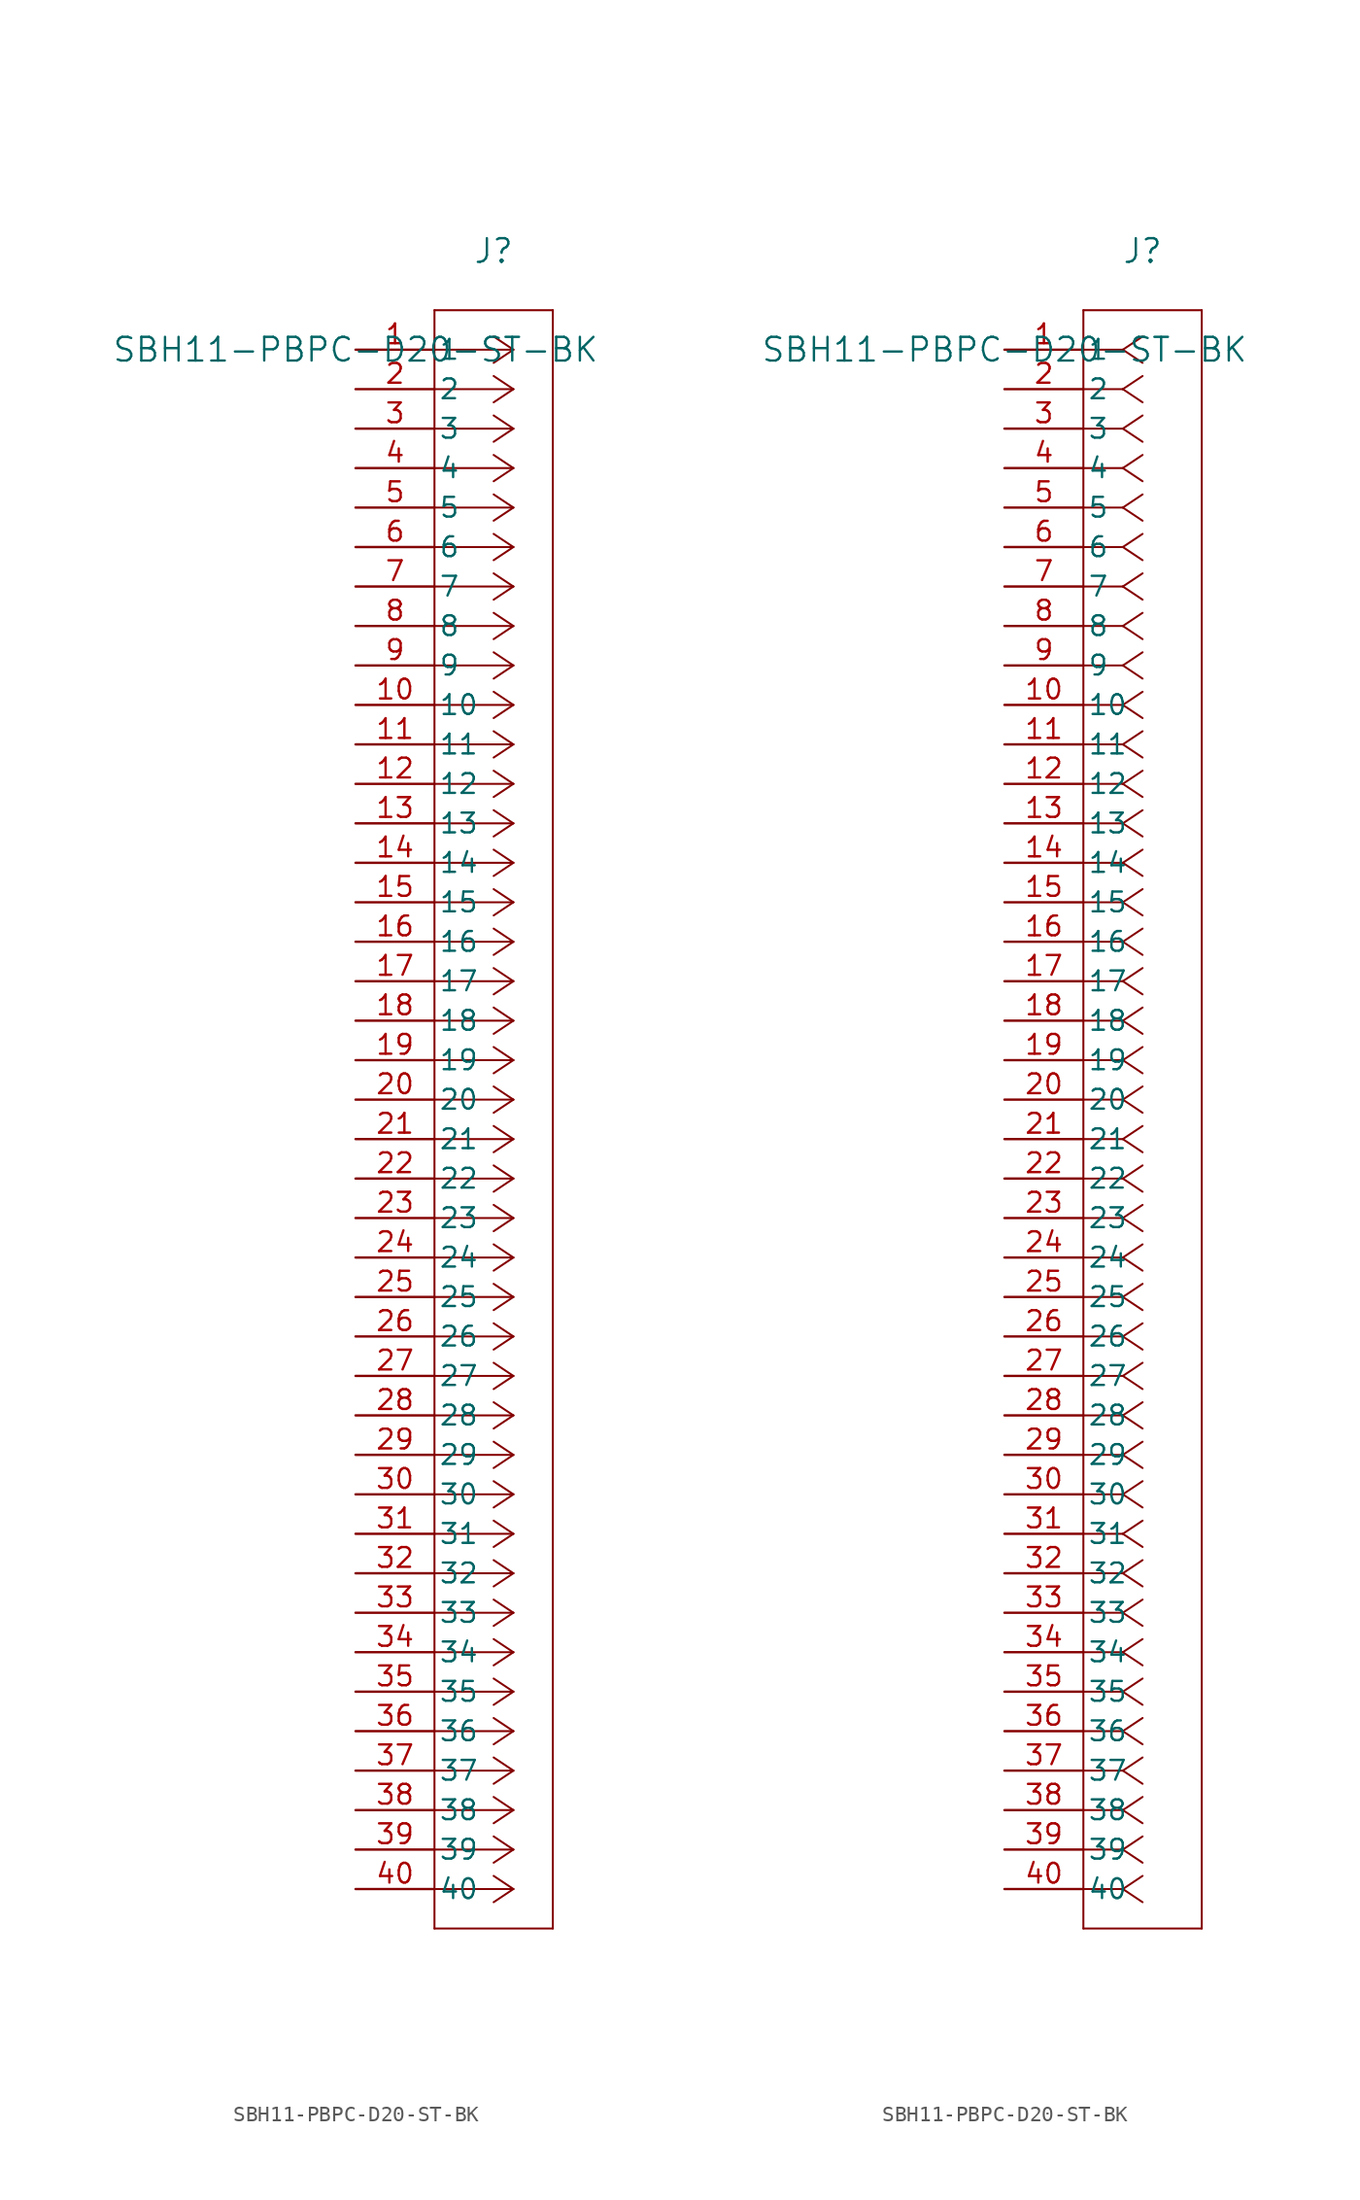
<source format=kicad_sym>
(kicad_symbol_lib
  (version 20211014)
  (generator kicad_symbol_editor)
  (symbol "SBH11-PBPC-D20-ST-BK"
    (pin_names
      (offset 0.254))
    (property "Reference" "J"
      (at 8.89 6.35 0)
      (effects (font (size 1.524 1.524))))
    (property "Value" "SBH11-PBPC-D20-ST-BK"
      (at 0 0 0)
      (effects (font (size 1.524 1.524))))
    (symbol "SBH11-PBPC-D20-ST-BK_1_1"
      (polyline (pts (xy 10.16 0) (xy 5.08 0)) (stroke (width 0.127) (type default) (color 0 0 0 0)) (fill (type none)))
      (polyline (pts (xy 10.16 -2.54) (xy 5.08 -2.54)) (stroke (width 0.127) (type default) (color 0 0 0 0)) (fill (type none)))
      (polyline (pts (xy 10.16 -5.08) (xy 5.08 -5.08)) (stroke (width 0.127) (type default) (color 0 0 0 0)) (fill (type none)))
      (polyline (pts (xy 10.16 -7.62) (xy 5.08 -7.62)) (stroke (width 0.127) (type default) (color 0 0 0 0)) (fill (type none)))
      (polyline (pts (xy 10.16 -10.16) (xy 5.08 -10.16)) (stroke (width 0.127) (type default) (color 0 0 0 0)) (fill (type none)))
      (polyline (pts (xy 10.16 -12.7) (xy 5.08 -12.7)) (stroke (width 0.127) (type default) (color 0 0 0 0)) (fill (type none)))
      (polyline (pts (xy 10.16 -15.24) (xy 5.08 -15.24)) (stroke (width 0.127) (type default) (color 0 0 0 0)) (fill (type none)))
      (polyline (pts (xy 10.16 -17.78) (xy 5.08 -17.78)) (stroke (width 0.127) (type default) (color 0 0 0 0)) (fill (type none)))
      (polyline (pts (xy 10.16 -20.32) (xy 5.08 -20.32)) (stroke (width 0.127) (type default) (color 0 0 0 0)) (fill (type none)))
      (polyline (pts (xy 10.16 -22.86) (xy 5.08 -22.86)) (stroke (width 0.127) (type default) (color 0 0 0 0)) (fill (type none)))
      (polyline (pts (xy 10.16 -25.4) (xy 5.08 -25.4)) (stroke (width 0.127) (type default) (color 0 0 0 0)) (fill (type none)))
      (polyline (pts (xy 10.16 -27.94) (xy 5.08 -27.94)) (stroke (width 0.127) (type default) (color 0 0 0 0)) (fill (type none)))
      (polyline (pts (xy 10.16 -30.48) (xy 5.08 -30.48)) (stroke (width 0.127) (type default) (color 0 0 0 0)) (fill (type none)))
      (polyline (pts (xy 10.16 -33.02) (xy 5.08 -33.02)) (stroke (width 0.127) (type default) (color 0 0 0 0)) (fill (type none)))
      (polyline (pts (xy 10.16 -35.56) (xy 5.08 -35.56)) (stroke (width 0.127) (type default) (color 0 0 0 0)) (fill (type none)))
      (polyline (pts (xy 10.16 -38.1) (xy 5.08 -38.1)) (stroke (width 0.127) (type default) (color 0 0 0 0)) (fill (type none)))
      (polyline (pts (xy 10.16 -40.64) (xy 5.08 -40.64)) (stroke (width 0.127) (type default) (color 0 0 0 0)) (fill (type none)))
      (polyline (pts (xy 10.16 -43.18) (xy 5.08 -43.18)) (stroke (width 0.127) (type default) (color 0 0 0 0)) (fill (type none)))
      (polyline (pts (xy 10.16 -45.72) (xy 5.08 -45.72)) (stroke (width 0.127) (type default) (color 0 0 0 0)) (fill (type none)))
      (polyline (pts (xy 10.16 -48.26) (xy 5.08 -48.26)) (stroke (width 0.127) (type default) (color 0 0 0 0)) (fill (type none)))
      (polyline (pts (xy 10.16 -50.8) (xy 5.08 -50.8)) (stroke (width 0.127) (type default) (color 0 0 0 0)) (fill (type none)))
      (polyline (pts (xy 10.16 -53.34) (xy 5.08 -53.34)) (stroke (width 0.127) (type default) (color 0 0 0 0)) (fill (type none)))
      (polyline (pts (xy 10.16 -55.88) (xy 5.08 -55.88)) (stroke (width 0.127) (type default) (color 0 0 0 0)) (fill (type none)))
      (polyline (pts (xy 10.16 -58.42) (xy 5.08 -58.42)) (stroke (width 0.127) (type default) (color 0 0 0 0)) (fill (type none)))
      (polyline (pts (xy 10.16 -60.96) (xy 5.08 -60.96)) (stroke (width 0.127) (type default) (color 0 0 0 0)) (fill (type none)))
      (polyline (pts (xy 10.16 -63.5) (xy 5.08 -63.5)) (stroke (width 0.127) (type default) (color 0 0 0 0)) (fill (type none)))
      (polyline (pts (xy 10.16 -66.04) (xy 5.08 -66.04)) (stroke (width 0.127) (type default) (color 0 0 0 0)) (fill (type none)))
      (polyline (pts (xy 10.16 -68.58) (xy 5.08 -68.58)) (stroke (width 0.127) (type default) (color 0 0 0 0)) (fill (type none)))
      (polyline (pts (xy 10.16 -71.12) (xy 5.08 -71.12)) (stroke (width 0.127) (type default) (color 0 0 0 0)) (fill (type none)))
      (polyline (pts (xy 10.16 -73.66) (xy 5.08 -73.66)) (stroke (width 0.127) (type default) (color 0 0 0 0)) (fill (type none)))
      (polyline (pts (xy 10.16 -76.2) (xy 5.08 -76.2)) (stroke (width 0.127) (type default) (color 0 0 0 0)) (fill (type none)))
      (polyline (pts (xy 10.16 -78.74) (xy 5.08 -78.74)) (stroke (width 0.127) (type default) (color 0 0 0 0)) (fill (type none)))
      (polyline (pts (xy 10.16 -81.28) (xy 5.08 -81.28)) (stroke (width 0.127) (type default) (color 0 0 0 0)) (fill (type none)))
      (polyline (pts (xy 10.16 -83.82) (xy 5.08 -83.82)) (stroke (width 0.127) (type default) (color 0 0 0 0)) (fill (type none)))
      (polyline (pts (xy 10.16 -86.36) (xy 5.08 -86.36)) (stroke (width 0.127) (type default) (color 0 0 0 0)) (fill (type none)))
      (polyline (pts (xy 10.16 -88.9) (xy 5.08 -88.9)) (stroke (width 0.127) (type default) (color 0 0 0 0)) (fill (type none)))
      (polyline (pts (xy 10.16 -91.44) (xy 5.08 -91.44)) (stroke (width 0.127) (type default) (color 0 0 0 0)) (fill (type none)))
      (polyline (pts (xy 10.16 -93.98) (xy 5.08 -93.98)) (stroke (width 0.127) (type default) (color 0 0 0 0)) (fill (type none)))
      (polyline (pts (xy 10.16 -96.52) (xy 5.08 -96.52)) (stroke (width 0.127) (type default) (color 0 0 0 0)) (fill (type none)))
      (polyline (pts (xy 10.16 -99.06) (xy 5.08 -99.06)) (stroke (width 0.127) (type default) (color 0 0 0 0)) (fill (type none)))
      (polyline (pts (xy 10.16 0) (xy 8.89 0.847)) (stroke (width 0.127) (type default) (color 0 0 0 0)) (fill (type none)))
      (polyline (pts (xy 10.16 -2.54) (xy 8.89 -1.693)) (stroke (width 0.127) (type default) (color 0 0 0 0)) (fill (type none)))
      (polyline (pts (xy 10.16 -5.08) (xy 8.89 -4.233)) (stroke (width 0.127) (type default) (color 0 0 0 0)) (fill (type none)))
      (polyline (pts (xy 10.16 -7.62) (xy 8.89 -6.773)) (stroke (width 0.127) (type default) (color 0 0 0 0)) (fill (type none)))
      (polyline (pts (xy 10.16 -10.16) (xy 8.89 -9.313)) (stroke (width 0.127) (type default) (color 0 0 0 0)) (fill (type none)))
      (polyline (pts (xy 10.16 -12.7) (xy 8.89 -11.853)) (stroke (width 0.127) (type default) (color 0 0 0 0)) (fill (type none)))
      (polyline (pts (xy 10.16 -15.24) (xy 8.89 -14.393)) (stroke (width 0.127) (type default) (color 0 0 0 0)) (fill (type none)))
      (polyline (pts (xy 10.16 -17.78) (xy 8.89 -16.933)) (stroke (width 0.127) (type default) (color 0 0 0 0)) (fill (type none)))
      (polyline (pts (xy 10.16 -20.32) (xy 8.89 -19.473)) (stroke (width 0.127) (type default) (color 0 0 0 0)) (fill (type none)))
      (polyline (pts (xy 10.16 -22.86) (xy 8.89 -22.013)) (stroke (width 0.127) (type default) (color 0 0 0 0)) (fill (type none)))
      (polyline (pts (xy 10.16 -25.4) (xy 8.89 -24.553)) (stroke (width 0.127) (type default) (color 0 0 0 0)) (fill (type none)))
      (polyline (pts (xy 10.16 -27.94) (xy 8.89 -27.093)) (stroke (width 0.127) (type default) (color 0 0 0 0)) (fill (type none)))
      (polyline (pts (xy 10.16 -30.48) (xy 8.89 -29.633)) (stroke (width 0.127) (type default) (color 0 0 0 0)) (fill (type none)))
      (polyline (pts (xy 10.16 -33.02) (xy 8.89 -32.173)) (stroke (width 0.127) (type default) (color 0 0 0 0)) (fill (type none)))
      (polyline (pts (xy 10.16 -35.56) (xy 8.89 -34.713)) (stroke (width 0.127) (type default) (color 0 0 0 0)) (fill (type none)))
      (polyline (pts (xy 10.16 -38.1) (xy 8.89 -37.253)) (stroke (width 0.127) (type default) (color 0 0 0 0)) (fill (type none)))
      (polyline (pts (xy 10.16 -40.64) (xy 8.89 -39.793)) (stroke (width 0.127) (type default) (color 0 0 0 0)) (fill (type none)))
      (polyline (pts (xy 10.16 -43.18) (xy 8.89 -42.333)) (stroke (width 0.127) (type default) (color 0 0 0 0)) (fill (type none)))
      (polyline (pts (xy 10.16 -45.72) (xy 8.89 -44.873)) (stroke (width 0.127) (type default) (color 0 0 0 0)) (fill (type none)))
      (polyline (pts (xy 10.16 -48.26) (xy 8.89 -47.413)) (stroke (width 0.127) (type default) (color 0 0 0 0)) (fill (type none)))
      (polyline (pts (xy 10.16 -50.8) (xy 8.89 -49.953)) (stroke (width 0.127) (type default) (color 0 0 0 0)) (fill (type none)))
      (polyline (pts (xy 10.16 -53.34) (xy 8.89 -52.493)) (stroke (width 0.127) (type default) (color 0 0 0 0)) (fill (type none)))
      (polyline (pts (xy 10.16 -55.88) (xy 8.89 -55.033)) (stroke (width 0.127) (type default) (color 0 0 0 0)) (fill (type none)))
      (polyline (pts (xy 10.16 -58.42) (xy 8.89 -57.573)) (stroke (width 0.127) (type default) (color 0 0 0 0)) (fill (type none)))
      (polyline (pts (xy 10.16 -60.96) (xy 8.89 -60.113)) (stroke (width 0.127) (type default) (color 0 0 0 0)) (fill (type none)))
      (polyline (pts (xy 10.16 -63.5) (xy 8.89 -62.653)) (stroke (width 0.127) (type default) (color 0 0 0 0)) (fill (type none)))
      (polyline (pts (xy 10.16 -66.04) (xy 8.89 -65.193)) (stroke (width 0.127) (type default) (color 0 0 0 0)) (fill (type none)))
      (polyline (pts (xy 10.16 -68.58) (xy 8.89 -67.733)) (stroke (width 0.127) (type default) (color 0 0 0 0)) (fill (type none)))
      (polyline (pts (xy 10.16 -71.12) (xy 8.89 -70.273)) (stroke (width 0.127) (type default) (color 0 0 0 0)) (fill (type none)))
      (polyline (pts (xy 10.16 -73.66) (xy 8.89 -72.813)) (stroke (width 0.127) (type default) (color 0 0 0 0)) (fill (type none)))
      (polyline (pts (xy 10.16 -76.2) (xy 8.89 -75.353)) (stroke (width 0.127) (type default) (color 0 0 0 0)) (fill (type none)))
      (polyline (pts (xy 10.16 -78.74) (xy 8.89 -77.893)) (stroke (width 0.127) (type default) (color 0 0 0 0)) (fill (type none)))
      (polyline (pts (xy 10.16 -81.28) (xy 8.89 -80.433)) (stroke (width 0.127) (type default) (color 0 0 0 0)) (fill (type none)))
      (polyline (pts (xy 10.16 -83.82) (xy 8.89 -82.973)) (stroke (width 0.127) (type default) (color 0 0 0 0)) (fill (type none)))
      (polyline (pts (xy 10.16 -86.36) (xy 8.89 -85.513)) (stroke (width 0.127) (type default) (color 0 0 0 0)) (fill (type none)))
      (polyline (pts (xy 10.16 -88.9) (xy 8.89 -88.053)) (stroke (width 0.127) (type default) (color 0 0 0 0)) (fill (type none)))
      (polyline (pts (xy 10.16 -91.44) (xy 8.89 -90.593)) (stroke (width 0.127) (type default) (color 0 0 0 0)) (fill (type none)))
      (polyline (pts (xy 10.16 -93.98) (xy 8.89 -93.133)) (stroke (width 0.127) (type default) (color 0 0 0 0)) (fill (type none)))
      (polyline (pts (xy 10.16 -96.52) (xy 8.89 -95.673)) (stroke (width 0.127) (type default) (color 0 0 0 0)) (fill (type none)))
      (polyline (pts (xy 10.16 -99.06) (xy 8.89 -98.213)) (stroke (width 0.127) (type default) (color 0 0 0 0)) (fill (type none)))
      (polyline (pts (xy 10.16 0) (xy 8.89 -0.847)) (stroke (width 0.127) (type default) (color 0 0 0 0)) (fill (type none)))
      (polyline (pts (xy 10.16 -2.54) (xy 8.89 -3.387)) (stroke (width 0.127) (type default) (color 0 0 0 0)) (fill (type none)))
      (polyline (pts (xy 10.16 -5.08) (xy 8.89 -5.927)) (stroke (width 0.127) (type default) (color 0 0 0 0)) (fill (type none)))
      (polyline (pts (xy 10.16 -7.62) (xy 8.89 -8.467)) (stroke (width 0.127) (type default) (color 0 0 0 0)) (fill (type none)))
      (polyline (pts (xy 10.16 -10.16) (xy 8.89 -11.007)) (stroke (width 0.127) (type default) (color 0 0 0 0)) (fill (type none)))
      (polyline (pts (xy 10.16 -12.7) (xy 8.89 -13.547)) (stroke (width 0.127) (type default) (color 0 0 0 0)) (fill (type none)))
      (polyline (pts (xy 10.16 -15.24) (xy 8.89 -16.087)) (stroke (width 0.127) (type default) (color 0 0 0 0)) (fill (type none)))
      (polyline (pts (xy 10.16 -17.78) (xy 8.89 -18.627)) (stroke (width 0.127) (type default) (color 0 0 0 0)) (fill (type none)))
      (polyline (pts (xy 10.16 -20.32) (xy 8.89 -21.167)) (stroke (width 0.127) (type default) (color 0 0 0 0)) (fill (type none)))
      (polyline (pts (xy 10.16 -22.86) (xy 8.89 -23.707)) (stroke (width 0.127) (type default) (color 0 0 0 0)) (fill (type none)))
      (polyline (pts (xy 10.16 -25.4) (xy 8.89 -26.247)) (stroke (width 0.127) (type default) (color 0 0 0 0)) (fill (type none)))
      (polyline (pts (xy 10.16 -27.94) (xy 8.89 -28.787)) (stroke (width 0.127) (type default) (color 0 0 0 0)) (fill (type none)))
      (polyline (pts (xy 10.16 -30.48) (xy 8.89 -31.327)) (stroke (width 0.127) (type default) (color 0 0 0 0)) (fill (type none)))
      (polyline (pts (xy 10.16 -33.02) (xy 8.89 -33.867)) (stroke (width 0.127) (type default) (color 0 0 0 0)) (fill (type none)))
      (polyline (pts (xy 10.16 -35.56) (xy 8.89 -36.407)) (stroke (width 0.127) (type default) (color 0 0 0 0)) (fill (type none)))
      (polyline (pts (xy 10.16 -38.1) (xy 8.89 -38.947)) (stroke (width 0.127) (type default) (color 0 0 0 0)) (fill (type none)))
      (polyline (pts (xy 10.16 -40.64) (xy 8.89 -41.487)) (stroke (width 0.127) (type default) (color 0 0 0 0)) (fill (type none)))
      (polyline (pts (xy 10.16 -43.18) (xy 8.89 -44.027)) (stroke (width 0.127) (type default) (color 0 0 0 0)) (fill (type none)))
      (polyline (pts (xy 10.16 -45.72) (xy 8.89 -46.567)) (stroke (width 0.127) (type default) (color 0 0 0 0)) (fill (type none)))
      (polyline (pts (xy 10.16 -48.26) (xy 8.89 -49.107)) (stroke (width 0.127) (type default) (color 0 0 0 0)) (fill (type none)))
      (polyline (pts (xy 10.16 -50.8) (xy 8.89 -51.647)) (stroke (width 0.127) (type default) (color 0 0 0 0)) (fill (type none)))
      (polyline (pts (xy 10.16 -53.34) (xy 8.89 -54.187)) (stroke (width 0.127) (type default) (color 0 0 0 0)) (fill (type none)))
      (polyline (pts (xy 10.16 -55.88) (xy 8.89 -56.727)) (stroke (width 0.127) (type default) (color 0 0 0 0)) (fill (type none)))
      (polyline (pts (xy 10.16 -58.42) (xy 8.89 -59.267)) (stroke (width 0.127) (type default) (color 0 0 0 0)) (fill (type none)))
      (polyline (pts (xy 10.16 -60.96) (xy 8.89 -61.807)) (stroke (width 0.127) (type default) (color 0 0 0 0)) (fill (type none)))
      (polyline (pts (xy 10.16 -63.5) (xy 8.89 -64.347)) (stroke (width 0.127) (type default) (color 0 0 0 0)) (fill (type none)))
      (polyline (pts (xy 10.16 -66.04) (xy 8.89 -66.887)) (stroke (width 0.127) (type default) (color 0 0 0 0)) (fill (type none)))
      (polyline (pts (xy 10.16 -68.58) (xy 8.89 -69.427)) (stroke (width 0.127) (type default) (color 0 0 0 0)) (fill (type none)))
      (polyline (pts (xy 10.16 -71.12) (xy 8.89 -71.967)) (stroke (width 0.127) (type default) (color 0 0 0 0)) (fill (type none)))
      (polyline (pts (xy 10.16 -73.66) (xy 8.89 -74.507)) (stroke (width 0.127) (type default) (color 0 0 0 0)) (fill (type none)))
      (polyline (pts (xy 10.16 -76.2) (xy 8.89 -77.047)) (stroke (width 0.127) (type default) (color 0 0 0 0)) (fill (type none)))
      (polyline (pts (xy 10.16 -78.74) (xy 8.89 -79.587)) (stroke (width 0.127) (type default) (color 0 0 0 0)) (fill (type none)))
      (polyline (pts (xy 10.16 -81.28) (xy 8.89 -82.127)) (stroke (width 0.127) (type default) (color 0 0 0 0)) (fill (type none)))
      (polyline (pts (xy 10.16 -83.82) (xy 8.89 -84.667)) (stroke (width 0.127) (type default) (color 0 0 0 0)) (fill (type none)))
      (polyline (pts (xy 10.16 -86.36) (xy 8.89 -87.207)) (stroke (width 0.127) (type default) (color 0 0 0 0)) (fill (type none)))
      (polyline (pts (xy 10.16 -88.9) (xy 8.89 -89.747)) (stroke (width 0.127) (type default) (color 0 0 0 0)) (fill (type none)))
      (polyline (pts (xy 10.16 -91.44) (xy 8.89 -92.287)) (stroke (width 0.127) (type default) (color 0 0 0 0)) (fill (type none)))
      (polyline (pts (xy 10.16 -93.98) (xy 8.89 -94.827)) (stroke (width 0.127) (type default) (color 0 0 0 0)) (fill (type none)))
      (polyline (pts (xy 10.16 -96.52) (xy 8.89 -97.367)) (stroke (width 0.127) (type default) (color 0 0 0 0)) (fill (type none)))
      (polyline (pts (xy 10.16 -99.06) (xy 8.89 -99.907)) (stroke (width 0.127) (type default) (color 0 0 0 0)) (fill (type none)))
      (polyline (pts (xy 5.08 2.54) (xy 5.08 -101.6)) (stroke (width 0.127) (type default) (color 0 0 0 0)) (fill (type none)))
      (polyline (pts (xy 5.08 -101.6) (xy 12.7 -101.6)) (stroke (width 0.127) (type default) (color 0 0 0 0)) (fill (type none)))
      (polyline (pts (xy 12.7 -101.6) (xy 12.7 2.54)) (stroke (width 0.127) (type default) (color 0 0 0 0)) (fill (type none)))
      (polyline (pts (xy 12.7 2.54) (xy 5.08 2.54)) (stroke (width 0.127) (type default) (color 0 0 0 0)) (fill (type none)))
      (pin unspecified line (at 0 0 0) (length 5.08) (name "1" (effects (font (size 1.27 1.27)))) (number "1" (effects (font (size 1.27 1.27)))))
      (pin unspecified line (at 0 -2.54 0) (length 5.08) (name "2" (effects (font (size 1.27 1.27)))) (number "2" (effects (font (size 1.27 1.27)))))
      (pin unspecified line (at 0 -5.08 0) (length 5.08) (name "3" (effects (font (size 1.27 1.27)))) (number "3" (effects (font (size 1.27 1.27)))))
      (pin unspecified line (at 0 -7.62 0) (length 5.08) (name "4" (effects (font (size 1.27 1.27)))) (number "4" (effects (font (size 1.27 1.27)))))
      (pin unspecified line (at 0 -10.16 0) (length 5.08) (name "5" (effects (font (size 1.27 1.27)))) (number "5" (effects (font (size 1.27 1.27)))))
      (pin unspecified line (at 0 -12.7 0) (length 5.08) (name "6" (effects (font (size 1.27 1.27)))) (number "6" (effects (font (size 1.27 1.27)))))
      (pin unspecified line (at 0 -15.24 0) (length 5.08) (name "7" (effects (font (size 1.27 1.27)))) (number "7" (effects (font (size 1.27 1.27)))))
      (pin unspecified line (at 0 -17.78 0) (length 5.08) (name "8" (effects (font (size 1.27 1.27)))) (number "8" (effects (font (size 1.27 1.27)))))
      (pin unspecified line (at 0 -20.32 0) (length 5.08) (name "9" (effects (font (size 1.27 1.27)))) (number "9" (effects (font (size 1.27 1.27)))))
      (pin unspecified line (at 0 -22.86 0) (length 5.08) (name "10" (effects (font (size 1.27 1.27)))) (number "10" (effects (font (size 1.27 1.27)))))
      (pin unspecified line (at 0 -25.4 0) (length 5.08) (name "11" (effects (font (size 1.27 1.27)))) (number "11" (effects (font (size 1.27 1.27)))))
      (pin unspecified line (at 0 -27.94 0) (length 5.08) (name "12" (effects (font (size 1.27 1.27)))) (number "12" (effects (font (size 1.27 1.27)))))
      (pin unspecified line (at 0 -30.48 0) (length 5.08) (name "13" (effects (font (size 1.27 1.27)))) (number "13" (effects (font (size 1.27 1.27)))))
      (pin unspecified line (at 0 -33.02 0) (length 5.08) (name "14" (effects (font (size 1.27 1.27)))) (number "14" (effects (font (size 1.27 1.27)))))
      (pin unspecified line (at 0 -35.56 0) (length 5.08) (name "15" (effects (font (size 1.27 1.27)))) (number "15" (effects (font (size 1.27 1.27)))))
      (pin unspecified line (at 0 -38.1 0) (length 5.08) (name "16" (effects (font (size 1.27 1.27)))) (number "16" (effects (font (size 1.27 1.27)))))
      (pin unspecified line (at 0 -40.64 0) (length 5.08) (name "17" (effects (font (size 1.27 1.27)))) (number "17" (effects (font (size 1.27 1.27)))))
      (pin unspecified line (at 0 -43.18 0) (length 5.08) (name "18" (effects (font (size 1.27 1.27)))) (number "18" (effects (font (size 1.27 1.27)))))
      (pin unspecified line (at 0 -45.72 0) (length 5.08) (name "19" (effects (font (size 1.27 1.27)))) (number "19" (effects (font (size 1.27 1.27)))))
      (pin unspecified line (at 0 -48.26 0) (length 5.08) (name "20" (effects (font (size 1.27 1.27)))) (number "20" (effects (font (size 1.27 1.27)))))
      (pin unspecified line (at 0 -50.8 0) (length 5.08) (name "21" (effects (font (size 1.27 1.27)))) (number "21" (effects (font (size 1.27 1.27)))))
      (pin unspecified line (at 0 -53.34 0) (length 5.08) (name "22" (effects (font (size 1.27 1.27)))) (number "22" (effects (font (size 1.27 1.27)))))
      (pin unspecified line (at 0 -55.88 0) (length 5.08) (name "23" (effects (font (size 1.27 1.27)))) (number "23" (effects (font (size 1.27 1.27)))))
      (pin unspecified line (at 0 -58.42 0) (length 5.08) (name "24" (effects (font (size 1.27 1.27)))) (number "24" (effects (font (size 1.27 1.27)))))
      (pin unspecified line (at 0 -60.96 0) (length 5.08) (name "25" (effects (font (size 1.27 1.27)))) (number "25" (effects (font (size 1.27 1.27)))))
      (pin unspecified line (at 0 -63.5 0) (length 5.08) (name "26" (effects (font (size 1.27 1.27)))) (number "26" (effects (font (size 1.27 1.27)))))
      (pin unspecified line (at 0 -66.04 0) (length 5.08) (name "27" (effects (font (size 1.27 1.27)))) (number "27" (effects (font (size 1.27 1.27)))))
      (pin unspecified line (at 0 -68.58 0) (length 5.08) (name "28" (effects (font (size 1.27 1.27)))) (number "28" (effects (font (size 1.27 1.27)))))
      (pin unspecified line (at 0 -71.12 0) (length 5.08) (name "29" (effects (font (size 1.27 1.27)))) (number "29" (effects (font (size 1.27 1.27)))))
      (pin unspecified line (at 0 -73.66 0) (length 5.08) (name "30" (effects (font (size 1.27 1.27)))) (number "30" (effects (font (size 1.27 1.27)))))
      (pin unspecified line (at 0 -76.2 0) (length 5.08) (name "31" (effects (font (size 1.27 1.27)))) (number "31" (effects (font (size 1.27 1.27)))))
      (pin unspecified line (at 0 -78.74 0) (length 5.08) (name "32" (effects (font (size 1.27 1.27)))) (number "32" (effects (font (size 1.27 1.27)))))
      (pin unspecified line (at 0 -81.28 0) (length 5.08) (name "33" (effects (font (size 1.27 1.27)))) (number "33" (effects (font (size 1.27 1.27)))))
      (pin unspecified line (at 0 -83.82 0) (length 5.08) (name "34" (effects (font (size 1.27 1.27)))) (number "34" (effects (font (size 1.27 1.27)))))
      (pin unspecified line (at 0 -86.36 0) (length 5.08) (name "35" (effects (font (size 1.27 1.27)))) (number "35" (effects (font (size 1.27 1.27)))))
      (pin unspecified line (at 0 -88.9 0) (length 5.08) (name "36" (effects (font (size 1.27 1.27)))) (number "36" (effects (font (size 1.27 1.27)))))
      (pin unspecified line (at 0 -91.44 0) (length 5.08) (name "37" (effects (font (size 1.27 1.27)))) (number "37" (effects (font (size 1.27 1.27)))))
      (pin unspecified line (at 0 -93.98 0) (length 5.08) (name "38" (effects (font (size 1.27 1.27)))) (number "38" (effects (font (size 1.27 1.27)))))
      (pin unspecified line (at 0 -96.52 0) (length 5.08) (name "39" (effects (font (size 1.27 1.27)))) (number "39" (effects (font (size 1.27 1.27)))))
      (pin unspecified line (at 0 -99.06 0) (length 5.08) (name "40" (effects (font (size 1.27 1.27)))) (number "40" (effects (font (size 1.27 1.27))))))
    (symbol "SBH11-PBPC-D20-ST-BK_1_2"
      (polyline (pts (xy 7.62 0) (xy 5.08 0)) (stroke (width 0.127) (type default) (color 0 0 0 0)) (fill (type none)))
      (polyline (pts (xy 7.62 -2.54) (xy 5.08 -2.54)) (stroke (width 0.127) (type default) (color 0 0 0 0)) (fill (type none)))
      (polyline (pts (xy 7.62 -5.08) (xy 5.08 -5.08)) (stroke (width 0.127) (type default) (color 0 0 0 0)) (fill (type none)))
      (polyline (pts (xy 7.62 -7.62) (xy 5.08 -7.62)) (stroke (width 0.127) (type default) (color 0 0 0 0)) (fill (type none)))
      (polyline (pts (xy 7.62 -10.16) (xy 5.08 -10.16)) (stroke (width 0.127) (type default) (color 0 0 0 0)) (fill (type none)))
      (polyline (pts (xy 7.62 -12.7) (xy 5.08 -12.7)) (stroke (width 0.127) (type default) (color 0 0 0 0)) (fill (type none)))
      (polyline (pts (xy 7.62 -15.24) (xy 5.08 -15.24)) (stroke (width 0.127) (type default) (color 0 0 0 0)) (fill (type none)))
      (polyline (pts (xy 7.62 -17.78) (xy 5.08 -17.78)) (stroke (width 0.127) (type default) (color 0 0 0 0)) (fill (type none)))
      (polyline (pts (xy 7.62 -20.32) (xy 5.08 -20.32)) (stroke (width 0.127) (type default) (color 0 0 0 0)) (fill (type none)))
      (polyline (pts (xy 7.62 -22.86) (xy 5.08 -22.86)) (stroke (width 0.127) (type default) (color 0 0 0 0)) (fill (type none)))
      (polyline (pts (xy 7.62 -25.4) (xy 5.08 -25.4)) (stroke (width 0.127) (type default) (color 0 0 0 0)) (fill (type none)))
      (polyline (pts (xy 7.62 -27.94) (xy 5.08 -27.94)) (stroke (width 0.127) (type default) (color 0 0 0 0)) (fill (type none)))
      (polyline (pts (xy 7.62 -30.48) (xy 5.08 -30.48)) (stroke (width 0.127) (type default) (color 0 0 0 0)) (fill (type none)))
      (polyline (pts (xy 7.62 -33.02) (xy 5.08 -33.02)) (stroke (width 0.127) (type default) (color 0 0 0 0)) (fill (type none)))
      (polyline (pts (xy 7.62 -35.56) (xy 5.08 -35.56)) (stroke (width 0.127) (type default) (color 0 0 0 0)) (fill (type none)))
      (polyline (pts (xy 7.62 -38.1) (xy 5.08 -38.1)) (stroke (width 0.127) (type default) (color 0 0 0 0)) (fill (type none)))
      (polyline (pts (xy 7.62 -40.64) (xy 5.08 -40.64)) (stroke (width 0.127) (type default) (color 0 0 0 0)) (fill (type none)))
      (polyline (pts (xy 7.62 -43.18) (xy 5.08 -43.18)) (stroke (width 0.127) (type default) (color 0 0 0 0)) (fill (type none)))
      (polyline (pts (xy 7.62 -45.72) (xy 5.08 -45.72)) (stroke (width 0.127) (type default) (color 0 0 0 0)) (fill (type none)))
      (polyline (pts (xy 7.62 -48.26) (xy 5.08 -48.26)) (stroke (width 0.127) (type default) (color 0 0 0 0)) (fill (type none)))
      (polyline (pts (xy 7.62 -50.8) (xy 5.08 -50.8)) (stroke (width 0.127) (type default) (color 0 0 0 0)) (fill (type none)))
      (polyline (pts (xy 7.62 -53.34) (xy 5.08 -53.34)) (stroke (width 0.127) (type default) (color 0 0 0 0)) (fill (type none)))
      (polyline (pts (xy 7.62 -55.88) (xy 5.08 -55.88)) (stroke (width 0.127) (type default) (color 0 0 0 0)) (fill (type none)))
      (polyline (pts (xy 7.62 -58.42) (xy 5.08 -58.42)) (stroke (width 0.127) (type default) (color 0 0 0 0)) (fill (type none)))
      (polyline (pts (xy 7.62 -60.96) (xy 5.08 -60.96)) (stroke (width 0.127) (type default) (color 0 0 0 0)) (fill (type none)))
      (polyline (pts (xy 7.62 -63.5) (xy 5.08 -63.5)) (stroke (width 0.127) (type default) (color 0 0 0 0)) (fill (type none)))
      (polyline (pts (xy 7.62 -66.04) (xy 5.08 -66.04)) (stroke (width 0.127) (type default) (color 0 0 0 0)) (fill (type none)))
      (polyline (pts (xy 7.62 -68.58) (xy 5.08 -68.58)) (stroke (width 0.127) (type default) (color 0 0 0 0)) (fill (type none)))
      (polyline (pts (xy 7.62 -71.12) (xy 5.08 -71.12)) (stroke (width 0.127) (type default) (color 0 0 0 0)) (fill (type none)))
      (polyline (pts (xy 7.62 -73.66) (xy 5.08 -73.66)) (stroke (width 0.127) (type default) (color 0 0 0 0)) (fill (type none)))
      (polyline (pts (xy 7.62 -76.2) (xy 5.08 -76.2)) (stroke (width 0.127) (type default) (color 0 0 0 0)) (fill (type none)))
      (polyline (pts (xy 7.62 -78.74) (xy 5.08 -78.74)) (stroke (width 0.127) (type default) (color 0 0 0 0)) (fill (type none)))
      (polyline (pts (xy 7.62 -81.28) (xy 5.08 -81.28)) (stroke (width 0.127) (type default) (color 0 0 0 0)) (fill (type none)))
      (polyline (pts (xy 7.62 -83.82) (xy 5.08 -83.82)) (stroke (width 0.127) (type default) (color 0 0 0 0)) (fill (type none)))
      (polyline (pts (xy 7.62 -86.36) (xy 5.08 -86.36)) (stroke (width 0.127) (type default) (color 0 0 0 0)) (fill (type none)))
      (polyline (pts (xy 7.62 -88.9) (xy 5.08 -88.9)) (stroke (width 0.127) (type default) (color 0 0 0 0)) (fill (type none)))
      (polyline (pts (xy 7.62 -91.44) (xy 5.08 -91.44)) (stroke (width 0.127) (type default) (color 0 0 0 0)) (fill (type none)))
      (polyline (pts (xy 7.62 -93.98) (xy 5.08 -93.98)) (stroke (width 0.127) (type default) (color 0 0 0 0)) (fill (type none)))
      (polyline (pts (xy 7.62 -96.52) (xy 5.08 -96.52)) (stroke (width 0.127) (type default) (color 0 0 0 0)) (fill (type none)))
      (polyline (pts (xy 7.62 -99.06) (xy 5.08 -99.06)) (stroke (width 0.127) (type default) (color 0 0 0 0)) (fill (type none)))
      (polyline (pts (xy 7.62 0) (xy 8.89 0.847)) (stroke (width 0.127) (type default) (color 0 0 0 0)) (fill (type none)))
      (polyline (pts (xy 7.62 -2.54) (xy 8.89 -1.693)) (stroke (width 0.127) (type default) (color 0 0 0 0)) (fill (type none)))
      (polyline (pts (xy 7.62 -5.08) (xy 8.89 -4.233)) (stroke (width 0.127) (type default) (color 0 0 0 0)) (fill (type none)))
      (polyline (pts (xy 7.62 -7.62) (xy 8.89 -6.773)) (stroke (width 0.127) (type default) (color 0 0 0 0)) (fill (type none)))
      (polyline (pts (xy 7.62 -10.16) (xy 8.89 -9.313)) (stroke (width 0.127) (type default) (color 0 0 0 0)) (fill (type none)))
      (polyline (pts (xy 7.62 -12.7) (xy 8.89 -11.853)) (stroke (width 0.127) (type default) (color 0 0 0 0)) (fill (type none)))
      (polyline (pts (xy 7.62 -15.24) (xy 8.89 -14.393)) (stroke (width 0.127) (type default) (color 0 0 0 0)) (fill (type none)))
      (polyline (pts (xy 7.62 -17.78) (xy 8.89 -16.933)) (stroke (width 0.127) (type default) (color 0 0 0 0)) (fill (type none)))
      (polyline (pts (xy 7.62 -20.32) (xy 8.89 -19.473)) (stroke (width 0.127) (type default) (color 0 0 0 0)) (fill (type none)))
      (polyline (pts (xy 7.62 -22.86) (xy 8.89 -22.013)) (stroke (width 0.127) (type default) (color 0 0 0 0)) (fill (type none)))
      (polyline (pts (xy 7.62 -25.4) (xy 8.89 -24.553)) (stroke (width 0.127) (type default) (color 0 0 0 0)) (fill (type none)))
      (polyline (pts (xy 7.62 -27.94) (xy 8.89 -27.093)) (stroke (width 0.127) (type default) (color 0 0 0 0)) (fill (type none)))
      (polyline (pts (xy 7.62 -30.48) (xy 8.89 -29.633)) (stroke (width 0.127) (type default) (color 0 0 0 0)) (fill (type none)))
      (polyline (pts (xy 7.62 -33.02) (xy 8.89 -32.173)) (stroke (width 0.127) (type default) (color 0 0 0 0)) (fill (type none)))
      (polyline (pts (xy 7.62 -35.56) (xy 8.89 -34.713)) (stroke (width 0.127) (type default) (color 0 0 0 0)) (fill (type none)))
      (polyline (pts (xy 7.62 -38.1) (xy 8.89 -37.253)) (stroke (width 0.127) (type default) (color 0 0 0 0)) (fill (type none)))
      (polyline (pts (xy 7.62 -40.64) (xy 8.89 -39.793)) (stroke (width 0.127) (type default) (color 0 0 0 0)) (fill (type none)))
      (polyline (pts (xy 7.62 -43.18) (xy 8.89 -42.333)) (stroke (width 0.127) (type default) (color 0 0 0 0)) (fill (type none)))
      (polyline (pts (xy 7.62 -45.72) (xy 8.89 -44.873)) (stroke (width 0.127) (type default) (color 0 0 0 0)) (fill (type none)))
      (polyline (pts (xy 7.62 -48.26) (xy 8.89 -47.413)) (stroke (width 0.127) (type default) (color 0 0 0 0)) (fill (type none)))
      (polyline (pts (xy 7.62 -50.8) (xy 8.89 -49.953)) (stroke (width 0.127) (type default) (color 0 0 0 0)) (fill (type none)))
      (polyline (pts (xy 7.62 -53.34) (xy 8.89 -52.493)) (stroke (width 0.127) (type default) (color 0 0 0 0)) (fill (type none)))
      (polyline (pts (xy 7.62 -55.88) (xy 8.89 -55.033)) (stroke (width 0.127) (type default) (color 0 0 0 0)) (fill (type none)))
      (polyline (pts (xy 7.62 -58.42) (xy 8.89 -57.573)) (stroke (width 0.127) (type default) (color 0 0 0 0)) (fill (type none)))
      (polyline (pts (xy 7.62 -60.96) (xy 8.89 -60.113)) (stroke (width 0.127) (type default) (color 0 0 0 0)) (fill (type none)))
      (polyline (pts (xy 7.62 -63.5) (xy 8.89 -62.653)) (stroke (width 0.127) (type default) (color 0 0 0 0)) (fill (type none)))
      (polyline (pts (xy 7.62 -66.04) (xy 8.89 -65.193)) (stroke (width 0.127) (type default) (color 0 0 0 0)) (fill (type none)))
      (polyline (pts (xy 7.62 -68.58) (xy 8.89 -67.733)) (stroke (width 0.127) (type default) (color 0 0 0 0)) (fill (type none)))
      (polyline (pts (xy 7.62 -71.12) (xy 8.89 -70.273)) (stroke (width 0.127) (type default) (color 0 0 0 0)) (fill (type none)))
      (polyline (pts (xy 7.62 -73.66) (xy 8.89 -72.813)) (stroke (width 0.127) (type default) (color 0 0 0 0)) (fill (type none)))
      (polyline (pts (xy 7.62 -76.2) (xy 8.89 -75.353)) (stroke (width 0.127) (type default) (color 0 0 0 0)) (fill (type none)))
      (polyline (pts (xy 7.62 -78.74) (xy 8.89 -77.893)) (stroke (width 0.127) (type default) (color 0 0 0 0)) (fill (type none)))
      (polyline (pts (xy 7.62 -81.28) (xy 8.89 -80.433)) (stroke (width 0.127) (type default) (color 0 0 0 0)) (fill (type none)))
      (polyline (pts (xy 7.62 -83.82) (xy 8.89 -82.973)) (stroke (width 0.127) (type default) (color 0 0 0 0)) (fill (type none)))
      (polyline (pts (xy 7.62 -86.36) (xy 8.89 -85.513)) (stroke (width 0.127) (type default) (color 0 0 0 0)) (fill (type none)))
      (polyline (pts (xy 7.62 -88.9) (xy 8.89 -88.053)) (stroke (width 0.127) (type default) (color 0 0 0 0)) (fill (type none)))
      (polyline (pts (xy 7.62 -91.44) (xy 8.89 -90.593)) (stroke (width 0.127) (type default) (color 0 0 0 0)) (fill (type none)))
      (polyline (pts (xy 7.62 -93.98) (xy 8.89 -93.133)) (stroke (width 0.127) (type default) (color 0 0 0 0)) (fill (type none)))
      (polyline (pts (xy 7.62 -96.52) (xy 8.89 -95.673)) (stroke (width 0.127) (type default) (color 0 0 0 0)) (fill (type none)))
      (polyline (pts (xy 7.62 -99.06) (xy 8.89 -98.213)) (stroke (width 0.127) (type default) (color 0 0 0 0)) (fill (type none)))
      (polyline (pts (xy 7.62 0) (xy 8.89 -0.847)) (stroke (width 0.127) (type default) (color 0 0 0 0)) (fill (type none)))
      (polyline (pts (xy 7.62 -2.54) (xy 8.89 -3.387)) (stroke (width 0.127) (type default) (color 0 0 0 0)) (fill (type none)))
      (polyline (pts (xy 7.62 -5.08) (xy 8.89 -5.927)) (stroke (width 0.127) (type default) (color 0 0 0 0)) (fill (type none)))
      (polyline (pts (xy 7.62 -7.62) (xy 8.89 -8.467)) (stroke (width 0.127) (type default) (color 0 0 0 0)) (fill (type none)))
      (polyline (pts (xy 7.62 -10.16) (xy 8.89 -11.007)) (stroke (width 0.127) (type default) (color 0 0 0 0)) (fill (type none)))
      (polyline (pts (xy 7.62 -12.7) (xy 8.89 -13.547)) (stroke (width 0.127) (type default) (color 0 0 0 0)) (fill (type none)))
      (polyline (pts (xy 7.62 -15.24) (xy 8.89 -16.087)) (stroke (width 0.127) (type default) (color 0 0 0 0)) (fill (type none)))
      (polyline (pts (xy 7.62 -17.78) (xy 8.89 -18.627)) (stroke (width 0.127) (type default) (color 0 0 0 0)) (fill (type none)))
      (polyline (pts (xy 7.62 -20.32) (xy 8.89 -21.167)) (stroke (width 0.127) (type default) (color 0 0 0 0)) (fill (type none)))
      (polyline (pts (xy 7.62 -22.86) (xy 8.89 -23.707)) (stroke (width 0.127) (type default) (color 0 0 0 0)) (fill (type none)))
      (polyline (pts (xy 7.62 -25.4) (xy 8.89 -26.247)) (stroke (width 0.127) (type default) (color 0 0 0 0)) (fill (type none)))
      (polyline (pts (xy 7.62 -27.94) (xy 8.89 -28.787)) (stroke (width 0.127) (type default) (color 0 0 0 0)) (fill (type none)))
      (polyline (pts (xy 7.62 -30.48) (xy 8.89 -31.327)) (stroke (width 0.127) (type default) (color 0 0 0 0)) (fill (type none)))
      (polyline (pts (xy 7.62 -33.02) (xy 8.89 -33.867)) (stroke (width 0.127) (type default) (color 0 0 0 0)) (fill (type none)))
      (polyline (pts (xy 7.62 -35.56) (xy 8.89 -36.407)) (stroke (width 0.127) (type default) (color 0 0 0 0)) (fill (type none)))
      (polyline (pts (xy 7.62 -38.1) (xy 8.89 -38.947)) (stroke (width 0.127) (type default) (color 0 0 0 0)) (fill (type none)))
      (polyline (pts (xy 7.62 -40.64) (xy 8.89 -41.487)) (stroke (width 0.127) (type default) (color 0 0 0 0)) (fill (type none)))
      (polyline (pts (xy 7.62 -43.18) (xy 8.89 -44.027)) (stroke (width 0.127) (type default) (color 0 0 0 0)) (fill (type none)))
      (polyline (pts (xy 7.62 -45.72) (xy 8.89 -46.567)) (stroke (width 0.127) (type default) (color 0 0 0 0)) (fill (type none)))
      (polyline (pts (xy 7.62 -48.26) (xy 8.89 -49.107)) (stroke (width 0.127) (type default) (color 0 0 0 0)) (fill (type none)))
      (polyline (pts (xy 7.62 -50.8) (xy 8.89 -51.647)) (stroke (width 0.127) (type default) (color 0 0 0 0)) (fill (type none)))
      (polyline (pts (xy 7.62 -53.34) (xy 8.89 -54.187)) (stroke (width 0.127) (type default) (color 0 0 0 0)) (fill (type none)))
      (polyline (pts (xy 7.62 -55.88) (xy 8.89 -56.727)) (stroke (width 0.127) (type default) (color 0 0 0 0)) (fill (type none)))
      (polyline (pts (xy 7.62 -58.42) (xy 8.89 -59.267)) (stroke (width 0.127) (type default) (color 0 0 0 0)) (fill (type none)))
      (polyline (pts (xy 7.62 -60.96) (xy 8.89 -61.807)) (stroke (width 0.127) (type default) (color 0 0 0 0)) (fill (type none)))
      (polyline (pts (xy 7.62 -63.5) (xy 8.89 -64.347)) (stroke (width 0.127) (type default) (color 0 0 0 0)) (fill (type none)))
      (polyline (pts (xy 7.62 -66.04) (xy 8.89 -66.887)) (stroke (width 0.127) (type default) (color 0 0 0 0)) (fill (type none)))
      (polyline (pts (xy 7.62 -68.58) (xy 8.89 -69.427)) (stroke (width 0.127) (type default) (color 0 0 0 0)) (fill (type none)))
      (polyline (pts (xy 7.62 -71.12) (xy 8.89 -71.967)) (stroke (width 0.127) (type default) (color 0 0 0 0)) (fill (type none)))
      (polyline (pts (xy 7.62 -73.66) (xy 8.89 -74.507)) (stroke (width 0.127) (type default) (color 0 0 0 0)) (fill (type none)))
      (polyline (pts (xy 7.62 -76.2) (xy 8.89 -77.047)) (stroke (width 0.127) (type default) (color 0 0 0 0)) (fill (type none)))
      (polyline (pts (xy 7.62 -78.74) (xy 8.89 -79.587)) (stroke (width 0.127) (type default) (color 0 0 0 0)) (fill (type none)))
      (polyline (pts (xy 7.62 -81.28) (xy 8.89 -82.127)) (stroke (width 0.127) (type default) (color 0 0 0 0)) (fill (type none)))
      (polyline (pts (xy 7.62 -83.82) (xy 8.89 -84.667)) (stroke (width 0.127) (type default) (color 0 0 0 0)) (fill (type none)))
      (polyline (pts (xy 7.62 -86.36) (xy 8.89 -87.207)) (stroke (width 0.127) (type default) (color 0 0 0 0)) (fill (type none)))
      (polyline (pts (xy 7.62 -88.9) (xy 8.89 -89.747)) (stroke (width 0.127) (type default) (color 0 0 0 0)) (fill (type none)))
      (polyline (pts (xy 7.62 -91.44) (xy 8.89 -92.287)) (stroke (width 0.127) (type default) (color 0 0 0 0)) (fill (type none)))
      (polyline (pts (xy 7.62 -93.98) (xy 8.89 -94.827)) (stroke (width 0.127) (type default) (color 0 0 0 0)) (fill (type none)))
      (polyline (pts (xy 7.62 -96.52) (xy 8.89 -97.367)) (stroke (width 0.127) (type default) (color 0 0 0 0)) (fill (type none)))
      (polyline (pts (xy 7.62 -99.06) (xy 8.89 -99.907)) (stroke (width 0.127) (type default) (color 0 0 0 0)) (fill (type none)))
      (polyline (pts (xy 5.08 2.54) (xy 5.08 -101.6)) (stroke (width 0.127) (type default) (color 0 0 0 0)) (fill (type none)))
      (polyline (pts (xy 5.08 -101.6) (xy 12.7 -101.6)) (stroke (width 0.127) (type default) (color 0 0 0 0)) (fill (type none)))
      (polyline (pts (xy 12.7 -101.6) (xy 12.7 2.54)) (stroke (width 0.127) (type default) (color 0 0 0 0)) (fill (type none)))
      (polyline (pts (xy 12.7 2.54) (xy 5.08 2.54)) (stroke (width 0.127) (type default) (color 0 0 0 0)) (fill (type none)))
      (pin unspecified line (at 0 0 0) (length 5.08) (name "1" (effects (font (size 1.27 1.27)))) (number "1" (effects (font (size 1.27 1.27)))))
      (pin unspecified line (at 0 -2.54 0) (length 5.08) (name "2" (effects (font (size 1.27 1.27)))) (number "2" (effects (font (size 1.27 1.27)))))
      (pin unspecified line (at 0 -5.08 0) (length 5.08) (name "3" (effects (font (size 1.27 1.27)))) (number "3" (effects (font (size 1.27 1.27)))))
      (pin unspecified line (at 0 -7.62 0) (length 5.08) (name "4" (effects (font (size 1.27 1.27)))) (number "4" (effects (font (size 1.27 1.27)))))
      (pin unspecified line (at 0 -10.16 0) (length 5.08) (name "5" (effects (font (size 1.27 1.27)))) (number "5" (effects (font (size 1.27 1.27)))))
      (pin unspecified line (at 0 -12.7 0) (length 5.08) (name "6" (effects (font (size 1.27 1.27)))) (number "6" (effects (font (size 1.27 1.27)))))
      (pin unspecified line (at 0 -15.24 0) (length 5.08) (name "7" (effects (font (size 1.27 1.27)))) (number "7" (effects (font (size 1.27 1.27)))))
      (pin unspecified line (at 0 -17.78 0) (length 5.08) (name "8" (effects (font (size 1.27 1.27)))) (number "8" (effects (font (size 1.27 1.27)))))
      (pin unspecified line (at 0 -20.32 0) (length 5.08) (name "9" (effects (font (size 1.27 1.27)))) (number "9" (effects (font (size 1.27 1.27)))))
      (pin unspecified line (at 0 -22.86 0) (length 5.08) (name "10" (effects (font (size 1.27 1.27)))) (number "10" (effects (font (size 1.27 1.27)))))
      (pin unspecified line (at 0 -25.4 0) (length 5.08) (name "11" (effects (font (size 1.27 1.27)))) (number "11" (effects (font (size 1.27 1.27)))))
      (pin unspecified line (at 0 -27.94 0) (length 5.08) (name "12" (effects (font (size 1.27 1.27)))) (number "12" (effects (font (size 1.27 1.27)))))
      (pin unspecified line (at 0 -30.48 0) (length 5.08) (name "13" (effects (font (size 1.27 1.27)))) (number "13" (effects (font (size 1.27 1.27)))))
      (pin unspecified line (at 0 -33.02 0) (length 5.08) (name "14" (effects (font (size 1.27 1.27)))) (number "14" (effects (font (size 1.27 1.27)))))
      (pin unspecified line (at 0 -35.56 0) (length 5.08) (name "15" (effects (font (size 1.27 1.27)))) (number "15" (effects (font (size 1.27 1.27)))))
      (pin unspecified line (at 0 -38.1 0) (length 5.08) (name "16" (effects (font (size 1.27 1.27)))) (number "16" (effects (font (size 1.27 1.27)))))
      (pin unspecified line (at 0 -40.64 0) (length 5.08) (name "17" (effects (font (size 1.27 1.27)))) (number "17" (effects (font (size 1.27 1.27)))))
      (pin unspecified line (at 0 -43.18 0) (length 5.08) (name "18" (effects (font (size 1.27 1.27)))) (number "18" (effects (font (size 1.27 1.27)))))
      (pin unspecified line (at 0 -45.72 0) (length 5.08) (name "19" (effects (font (size 1.27 1.27)))) (number "19" (effects (font (size 1.27 1.27)))))
      (pin unspecified line (at 0 -48.26 0) (length 5.08) (name "20" (effects (font (size 1.27 1.27)))) (number "20" (effects (font (size 1.27 1.27)))))
      (pin unspecified line (at 0 -50.8 0) (length 5.08) (name "21" (effects (font (size 1.27 1.27)))) (number "21" (effects (font (size 1.27 1.27)))))
      (pin unspecified line (at 0 -53.34 0) (length 5.08) (name "22" (effects (font (size 1.27 1.27)))) (number "22" (effects (font (size 1.27 1.27)))))
      (pin unspecified line (at 0 -55.88 0) (length 5.08) (name "23" (effects (font (size 1.27 1.27)))) (number "23" (effects (font (size 1.27 1.27)))))
      (pin unspecified line (at 0 -58.42 0) (length 5.08) (name "24" (effects (font (size 1.27 1.27)))) (number "24" (effects (font (size 1.27 1.27)))))
      (pin unspecified line (at 0 -60.96 0) (length 5.08) (name "25" (effects (font (size 1.27 1.27)))) (number "25" (effects (font (size 1.27 1.27)))))
      (pin unspecified line (at 0 -63.5 0) (length 5.08) (name "26" (effects (font (size 1.27 1.27)))) (number "26" (effects (font (size 1.27 1.27)))))
      (pin unspecified line (at 0 -66.04 0) (length 5.08) (name "27" (effects (font (size 1.27 1.27)))) (number "27" (effects (font (size 1.27 1.27)))))
      (pin unspecified line (at 0 -68.58 0) (length 5.08) (name "28" (effects (font (size 1.27 1.27)))) (number "28" (effects (font (size 1.27 1.27)))))
      (pin unspecified line (at 0 -71.12 0) (length 5.08) (name "29" (effects (font (size 1.27 1.27)))) (number "29" (effects (font (size 1.27 1.27)))))
      (pin unspecified line (at 0 -73.66 0) (length 5.08) (name "30" (effects (font (size 1.27 1.27)))) (number "30" (effects (font (size 1.27 1.27)))))
      (pin unspecified line (at 0 -76.2 0) (length 5.08) (name "31" (effects (font (size 1.27 1.27)))) (number "31" (effects (font (size 1.27 1.27)))))
      (pin unspecified line (at 0 -78.74 0) (length 5.08) (name "32" (effects (font (size 1.27 1.27)))) (number "32" (effects (font (size 1.27 1.27)))))
      (pin unspecified line (at 0 -81.28 0) (length 5.08) (name "33" (effects (font (size 1.27 1.27)))) (number "33" (effects (font (size 1.27 1.27)))))
      (pin unspecified line (at 0 -83.82 0) (length 5.08) (name "34" (effects (font (size 1.27 1.27)))) (number "34" (effects (font (size 1.27 1.27)))))
      (pin unspecified line (at 0 -86.36 0) (length 5.08) (name "35" (effects (font (size 1.27 1.27)))) (number "35" (effects (font (size 1.27 1.27)))))
      (pin unspecified line (at 0 -88.9 0) (length 5.08) (name "36" (effects (font (size 1.27 1.27)))) (number "36" (effects (font (size 1.27 1.27)))))
      (pin unspecified line (at 0 -91.44 0) (length 5.08) (name "37" (effects (font (size 1.27 1.27)))) (number "37" (effects (font (size 1.27 1.27)))))
      (pin unspecified line (at 0 -93.98 0) (length 5.08) (name "38" (effects (font (size 1.27 1.27)))) (number "38" (effects (font (size 1.27 1.27)))))
      (pin unspecified line (at 0 -96.52 0) (length 5.08) (name "39" (effects (font (size 1.27 1.27)))) (number "39" (effects (font (size 1.27 1.27)))))
      (pin unspecified line (at 0 -99.06 0) (length 5.08) (name "40" (effects (font (size 1.27 1.27)))) (number "40" (effects (font (size 1.27 1.27))))))))
</source>
